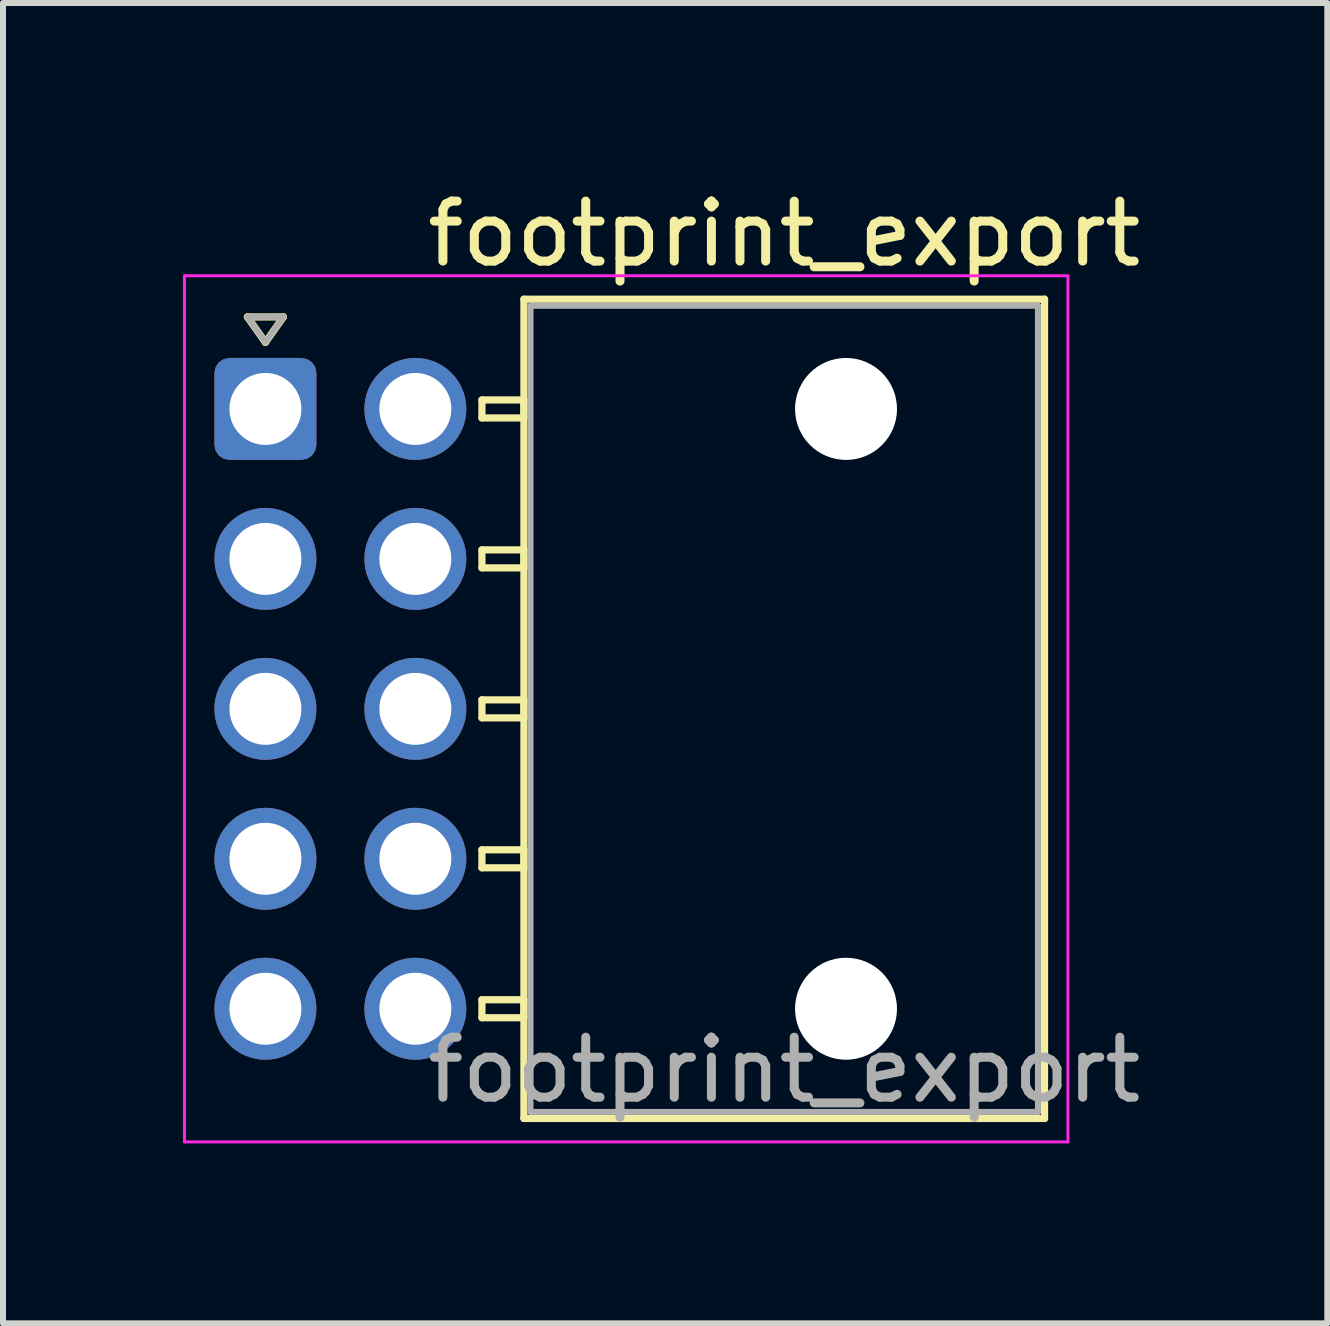
<source format=kicad_pcb>
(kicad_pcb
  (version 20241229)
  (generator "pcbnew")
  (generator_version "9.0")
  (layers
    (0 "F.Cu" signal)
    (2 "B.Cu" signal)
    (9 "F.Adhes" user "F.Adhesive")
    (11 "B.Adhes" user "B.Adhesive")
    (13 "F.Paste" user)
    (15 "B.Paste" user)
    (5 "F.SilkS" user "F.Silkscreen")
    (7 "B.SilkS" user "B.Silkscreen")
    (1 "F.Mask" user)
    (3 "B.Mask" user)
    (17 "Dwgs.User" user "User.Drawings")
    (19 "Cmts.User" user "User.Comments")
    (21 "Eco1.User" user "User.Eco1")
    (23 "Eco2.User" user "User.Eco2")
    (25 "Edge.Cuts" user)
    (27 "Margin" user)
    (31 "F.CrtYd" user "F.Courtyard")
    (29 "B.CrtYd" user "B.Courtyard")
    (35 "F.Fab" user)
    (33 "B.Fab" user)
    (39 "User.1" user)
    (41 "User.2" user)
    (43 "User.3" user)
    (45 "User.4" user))
  (footprint "footprint_export"
    (layer "F.Cu")
    (at 1.375 3.768)
    (property "Reference" "footprint_export" (at 8.65 -2.92 0) (layer "F.SilkS") (effects (font (size 1 1) (thickness 0.15))))
    (attr through_hole)
    (fp_line (start -0.3 -1.534) (end 0 -1.11) (stroke (width 0.12) (type solid)) (layer "F.SilkS"))
    (fp_line (start 0 -1.11) (end 0.3 -1.534) (stroke (width 0.12) (type solid)) (layer "F.SilkS"))
    (fp_line (start 0.3 -1.534) (end -0.3 -1.534) (stroke (width 0.12) (type solid)) (layer "F.SilkS"))
    (fp_line (start 3.61 -0.15) (end 3.61 0.15) (stroke (width 0.12) (type solid)) (layer "F.SilkS"))
    (fp_line (start 3.61 0.15) (end 4.31 0.15) (stroke (width 0.12) (type solid)) (layer "F.SilkS"))
    (fp_line (start 3.61 2.35) (end 3.61 2.65) (stroke (width 0.12) (type solid)) (layer "F.SilkS"))
    (fp_line (start 3.61 2.65) (end 4.31 2.65) (stroke (width 0.12) (type solid)) (layer "F.SilkS"))
    (fp_line (start 3.61 4.85) (end 3.61 5.15) (stroke (width 0.12) (type solid)) (layer "F.SilkS"))
    (fp_line (start 3.61 5.15) (end 4.31 5.15) (stroke (width 0.12) (type solid)) (layer "F.SilkS"))
    (fp_line (start 3.61 7.35) (end 3.61 7.65) (stroke (width 0.12) (type solid)) (layer "F.SilkS"))
    (fp_line (start 3.61 7.65) (end 4.31 7.65) (stroke (width 0.12) (type solid)) (layer "F.SilkS"))
    (fp_line (start 3.61 9.85) (end 3.61 10.15) (stroke (width 0.12) (type solid)) (layer "F.SilkS"))
    (fp_line (start 3.61 10.15) (end 4.31 10.15) (stroke (width 0.12) (type solid)) (layer "F.SilkS"))
    (fp_line (start 4.31 -1.83) (end 4.31 11.83) (stroke (width 0.12) (type solid)) (layer "F.SilkS"))
    (fp_line (start 4.31 -0.15) (end 3.61 -0.15) (stroke (width 0.12) (type solid)) (layer "F.SilkS"))
    (fp_line (start 4.31 0.15) (end 4.31 -0.15) (stroke (width 0.12) (type solid)) (layer "F.SilkS"))
    (fp_line (start 4.31 2.35) (end 3.61 2.35) (stroke (width 0.12) (type solid)) (layer "F.SilkS"))
    (fp_line (start 4.31 2.65) (end 4.31 2.35) (stroke (width 0.12) (type solid)) (layer "F.SilkS"))
    (fp_line (start 4.31 4.85) (end 3.61 4.85) (stroke (width 0.12) (type solid)) (layer "F.SilkS"))
    (fp_line (start 4.31 5.15) (end 4.31 4.85) (stroke (width 0.12) (type solid)) (layer "F.SilkS"))
    (fp_line (start 4.31 7.35) (end 3.61 7.35) (stroke (width 0.12) (type solid)) (layer "F.SilkS"))
    (fp_line (start 4.31 7.65) (end 4.31 7.35) (stroke (width 0.12) (type solid)) (layer "F.SilkS"))
    (fp_line (start 4.31 9.85) (end 3.61 9.85) (stroke (width 0.12) (type solid)) (layer "F.SilkS"))
    (fp_line (start 4.31 10.15) (end 4.31 9.85) (stroke (width 0.12) (type solid)) (layer "F.SilkS"))
    (fp_line (start 4.31 11.83) (end 12.99 11.83) (stroke (width 0.12) (type solid)) (layer "F.SilkS"))
    (fp_line (start 12.99 -1.83) (end 4.31 -1.83) (stroke (width 0.12) (type solid)) (layer "F.SilkS"))
    (fp_line (start 12.99 11.83) (end 12.99 -1.83) (stroke (width 0.12) (type solid)) (layer "F.SilkS"))
    (fp_line (start -1.35 -2.22) (end -1.35 12.22) (stroke (width 0.05) (type solid)) (layer "F.CrtYd"))
    (fp_line (start -1.35 12.22) (end 13.38 12.22) (stroke (width 0.05) (type solid)) (layer "F.CrtYd"))
    (fp_line (start 13.38 -2.22) (end -1.35 -2.22) (stroke (width 0.05) (type solid)) (layer "F.CrtYd"))
    (fp_line (start 13.38 12.22) (end 13.38 -2.22) (stroke (width 0.05) (type solid)) (layer "F.CrtYd"))
    (fp_line (start -0.3 -1.534) (end 0 -1.11) (stroke (width 0.1) (type solid)) (layer "F.Fab"))
    (fp_line (start 0 -1.11) (end 0.3 -1.534) (stroke (width 0.1) (type solid)) (layer "F.Fab"))
    (fp_line (start 0.3 -1.534) (end -0.3 -1.534) (stroke (width 0.1) (type solid)) (layer "F.Fab"))
    (fp_line (start 4.42 -1.72) (end 4.42 11.72) (stroke (width 0.1) (type solid)) (layer "F.Fab"))
    (fp_line (start 4.42 11.72) (end 12.88 11.72) (stroke (width 0.1) (type solid)) (layer "F.Fab"))
    (fp_line (start 12.88 -1.72) (end 4.42 -1.72) (stroke (width 0.1) (type solid)) (layer "F.Fab"))
    (fp_line (start 12.88 11.72) (end 12.88 -1.72) (stroke (width 0.1) (type solid)) (layer "F.Fab"))
    (fp_text user "${REFERENCE}" (at 8.65 11.02 0) (layer "F.Fab") (effects (font (size 1 1) (thickness 0.15))))
    (pad "" np_thru_hole circle (at 9.68 0) (size 1.7 1.7) (drill 1.7) (layers "*.Cu" "*.Mask"))
    (pad "" np_thru_hole circle (at 9.68 10) (size 1.7 1.7) (drill 1.7) (layers "*.Cu" "*.Mask"))
    (pad "1" thru_hole roundrect (at 0 0) (size 1.7 1.7) (drill 1.2) (layers "*.Cu" "*.Mask") (roundrect_rratio 0.147))
    (pad "2" thru_hole circle (at 0 2.5) (size 1.7 1.7) (drill 1.2) (layers "*.Cu" "*.Mask"))
    (pad "3" thru_hole circle (at 0 5) (size 1.7 1.7) (drill 1.2) (layers "*.Cu" "*.Mask"))
    (pad "4" thru_hole circle (at 0 7.5) (size 1.7 1.7) (drill 1.2) (layers "*.Cu" "*.Mask"))
    (pad "5" thru_hole circle (at 0 10) (size 1.7 1.7) (drill 1.2) (layers "*.Cu" "*.Mask"))
    (pad "6" thru_hole circle (at 2.5 0) (size 1.7 1.7) (drill 1.2) (layers "*.Cu" "*.Mask"))
    (pad "7" thru_hole circle (at 2.5 2.5) (size 1.7 1.7) (drill 1.2) (layers "*.Cu" "*.Mask"))
    (pad "8" thru_hole circle (at 2.5 5) (size 1.7 1.7) (drill 1.2) (layers "*.Cu" "*.Mask"))
    (pad "9" thru_hole circle (at 2.5 7.5) (size 1.7 1.7) (drill 1.2) (layers "*.Cu" "*.Mask"))
    (pad "10" thru_hole circle (at 2.5 10) (size 1.7 1.7) (drill 1.2) (layers "*.Cu" "*.Mask")))
  (gr_rect
    (start -3 -3)
    (end 19.079 19.013)
    (stroke (width 0.1) (type default))
    (fill no)
    (layer "Edge.Cuts")))
</source>
